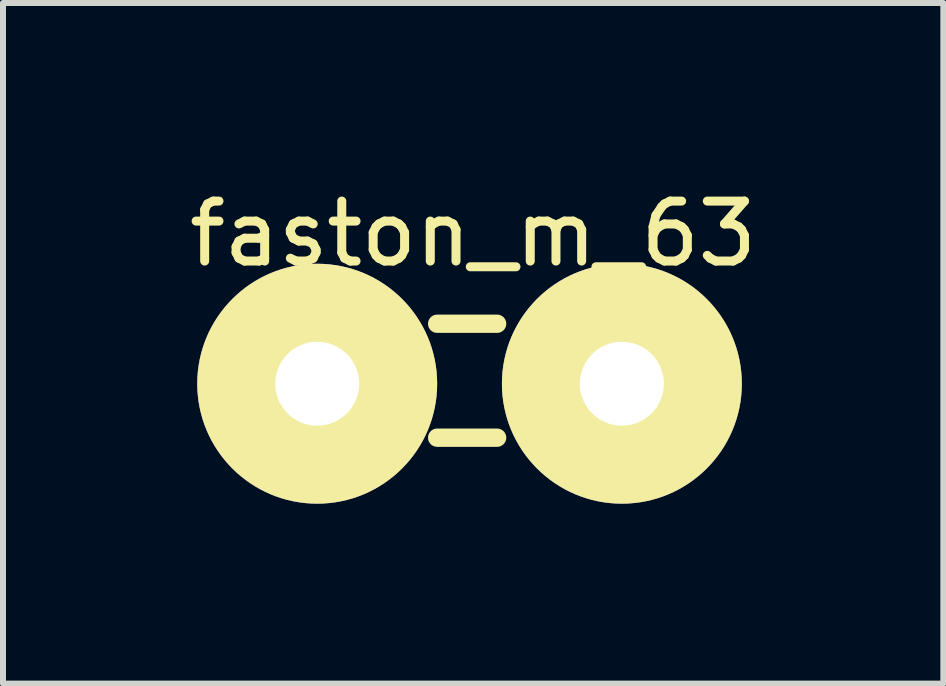
<source format=kicad_pcb>
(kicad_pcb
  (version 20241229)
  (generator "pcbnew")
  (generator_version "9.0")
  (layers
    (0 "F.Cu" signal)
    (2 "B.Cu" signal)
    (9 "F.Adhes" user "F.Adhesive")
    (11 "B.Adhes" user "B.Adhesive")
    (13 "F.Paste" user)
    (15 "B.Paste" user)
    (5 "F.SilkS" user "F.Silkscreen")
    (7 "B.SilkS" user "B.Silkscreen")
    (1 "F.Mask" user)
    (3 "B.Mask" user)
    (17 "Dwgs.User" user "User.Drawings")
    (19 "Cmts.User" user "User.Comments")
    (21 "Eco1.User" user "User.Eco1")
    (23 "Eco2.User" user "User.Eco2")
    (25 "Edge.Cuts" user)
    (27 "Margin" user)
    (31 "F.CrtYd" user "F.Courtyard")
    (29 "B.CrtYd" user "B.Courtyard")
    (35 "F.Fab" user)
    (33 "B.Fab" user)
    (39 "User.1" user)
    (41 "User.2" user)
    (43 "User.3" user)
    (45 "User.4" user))
  (footprint "faston_m_63"
    (layer "F.Cu")
    (at 2.239 3.348)
    (property "Reference" "faston_m_63" (at 2.6 -2.5 0) (layer "F.SilkS") (effects (font (size 1 1) (thickness 0.15))))
    (attr exclude_from_pos_files exclude_from_bom)
    (fp_line (start 2 -1) (end 3 -1) (stroke (width 0.305) (type solid)) (layer "F.SilkS"))
    (fp_line (start 2 0.9) (end 3 0.9) (stroke (width 0.305) (type solid)) (layer "F.SilkS"))
    (pad "1" thru_hole circle (at 0 0) (size 4 4) (drill 1.4) (layers "*.Cu" "F.Mask" "F.SilkS" "F.Paste"))
    (pad "1" thru_hole circle (at 5.08 0) (size 4 4) (drill 1.4) (layers "*.Cu" "F.Mask" "F.SilkS" "F.Paste")))
  (gr_rect
    (start -3 -3)
    (end 12.679 8.348)
    (stroke (width 0.1) (type default))
    (fill no)
    (layer "Edge.Cuts")))
</source>
